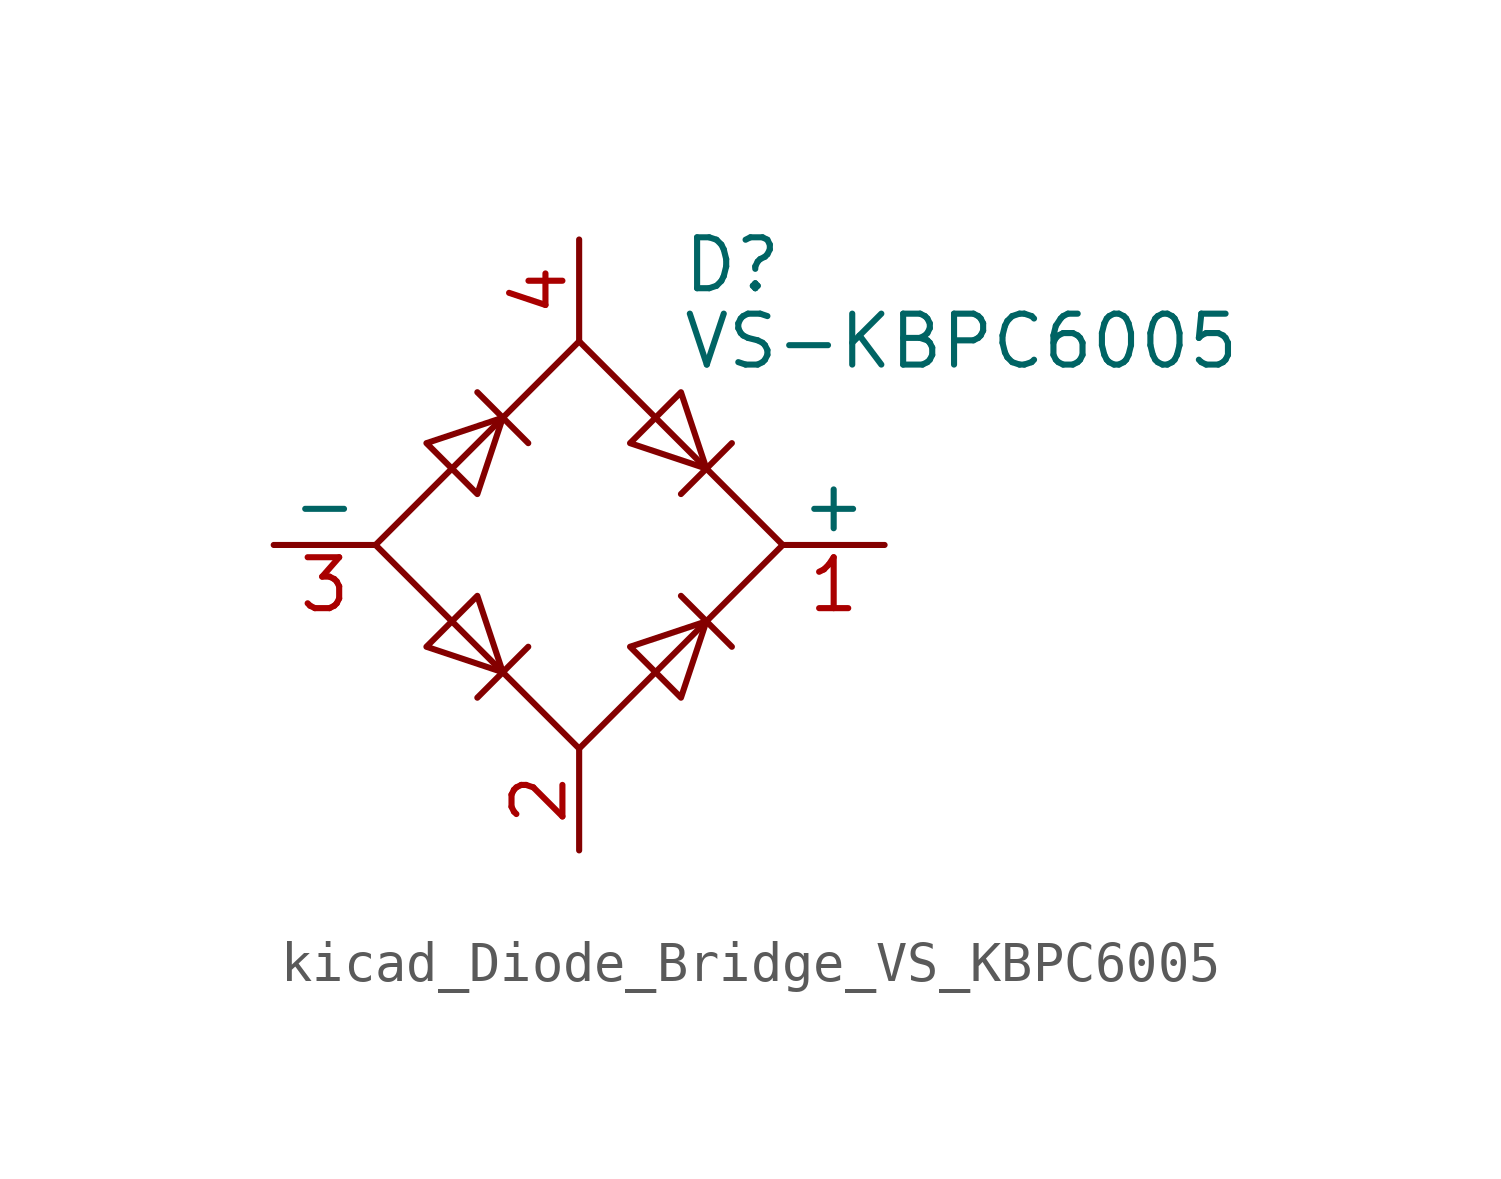
<source format=kicad_sym>
(kicad_symbol_lib
  (version 20220914)
  (generator kicad_symbol_editor)
  (symbol "kicad_Diode_Bridge_VS_KBPC6005"
    (pin_names
      (offset 0))
    (property "Reference" "D"
      (at 2.54 6.985 0)
      (effects (font (size 1.27 1.27)) (justify left)))
    (property "Value" "VS-KBPC6005"
      (at 2.54 5.08 0)
      (effects (font (size 1.27 1.27)) (justify left)))
    (symbol "kicad_Diode_Bridge_VS_KBPC6005_0_1"
      (polyline (pts (xy -2.54 3.81) (xy -1.27 2.54)) (stroke (width 0) (type default)) (fill (type none)))
      (polyline (pts (xy -1.27 -2.54) (xy -2.54 -3.81)) (stroke (width 0) (type default)) (fill (type none)))
      (polyline (pts (xy 2.54 -1.27) (xy 3.81 -2.54)) (stroke (width 0) (type default)) (fill (type none)))
      (polyline (pts (xy 2.54 1.27) (xy 3.81 2.54)) (stroke (width 0) (type default)) (fill (type none)))
      (polyline (pts (xy -3.81 2.54) (xy -2.54 1.27) (xy -1.905 3.175) (xy -3.81 2.54)) (stroke (width 0) (type default)) (fill (type none)))
      (polyline (pts (xy -2.54 -1.27) (xy -3.81 -2.54) (xy -1.905 -3.175) (xy -2.54 -1.27)) (stroke (width 0) (type default)) (fill (type none)))
      (polyline (pts (xy 1.27 2.54) (xy 2.54 3.81) (xy 3.175 1.905) (xy 1.27 2.54)) (stroke (width 0) (type default)) (fill (type none)))
      (polyline (pts (xy 3.175 -1.905) (xy 1.27 -2.54) (xy 2.54 -3.81) (xy 3.175 -1.905)) (stroke (width 0) (type default)) (fill (type none)))
      (polyline (pts (xy -5.08 0) (xy 0 -5.08) (xy 5.08 0) (xy 0 5.08) (xy -5.08 0)) (stroke (width 0) (type default)) (fill (type none))))
    (symbol "kicad_Diode_Bridge_VS_KBPC6005_1_1"
      (pin passive line (at 7.62 0 180) (length 2.54) (name "+" (effects (font (size 1.27 1.27)))) (number "1" (effects (font (size 1.27 1.27)))))
      (pin passive line (at 0 -7.62 90) (length 2.54) (name "~" (effects (font (size 1.27 1.27)))) (number "2" (effects (font (size 1.27 1.27)))))
      (pin passive line (at -7.62 0 0) (length 2.54) (name "-" (effects (font (size 1.27 1.27)))) (number "3" (effects (font (size 1.27 1.27)))))
      (pin passive line (at 0 7.62 270) (length 2.54) (name "~" (effects (font (size 1.27 1.27)))) (number "4" (effects (font (size 1.27 1.27))))))))
</source>
